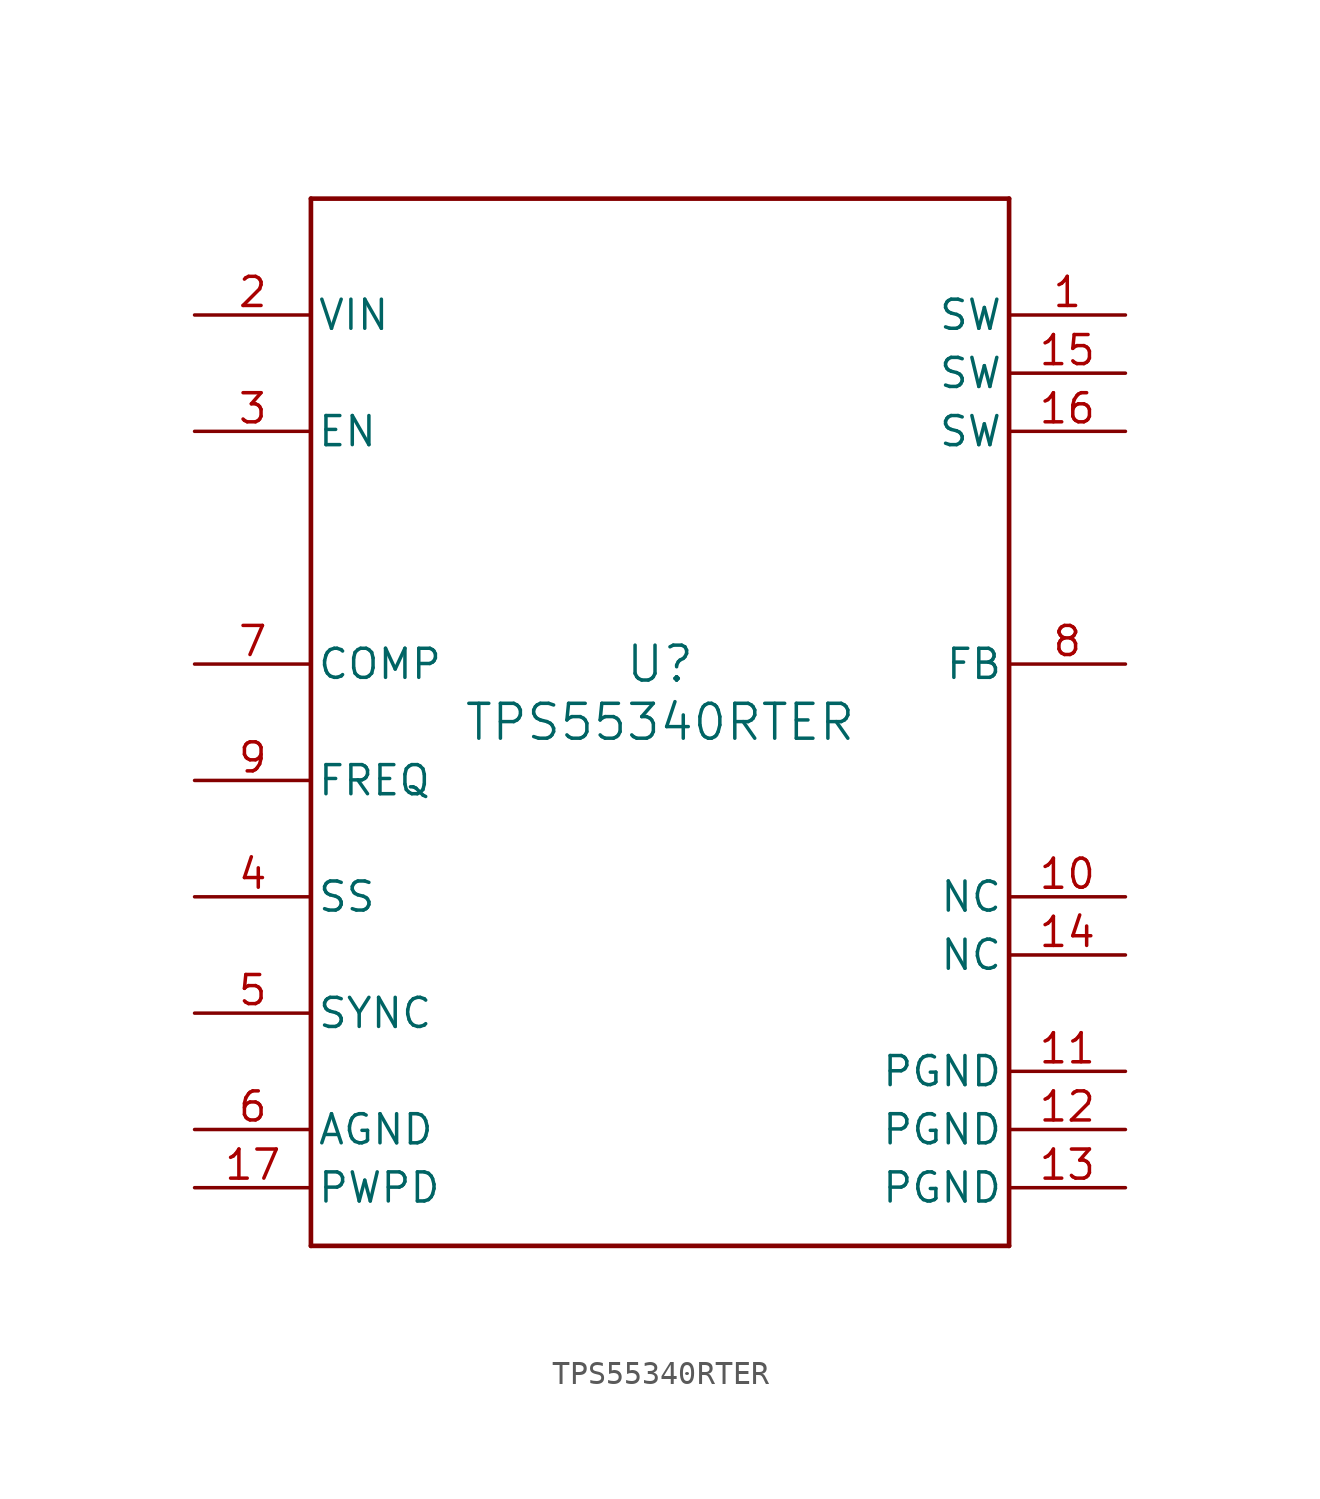
<source format=kicad_sym>
(kicad_symbol_lib
  (version 20211014)
  (generator kicad_symbol_editor)
  (symbol "TPS55340RTER"
    (pin_names
      (offset 0.254))
    (property "Reference" "U"
      (at 0 2.54 0)
      (effects (font (size 1.524 1.524))))
    (property "Value" "TPS55340RTER"
      (at 0 0 0)
      (effects (font (size 1.524 1.524))))
    (symbol "TPS55340RTER_0_1"
      (polyline (pts (xy -15.24 -22.86) (xy 15.24 -22.86)) (stroke (width 0.203) (type default) (color 0 0 0 0)) (fill (type none)))
      (polyline (pts (xy 15.24 -22.86) (xy 15.24 22.86)) (stroke (width 0.203) (type default) (color 0 0 0 0)) (fill (type none)))
      (polyline (pts (xy 15.24 22.86) (xy -15.24 22.86)) (stroke (width 0.203) (type default) (color 0 0 0 0)) (fill (type none)))
      (polyline (pts (xy -15.24 22.86) (xy -15.24 -22.86)) (stroke (width 0.203) (type default) (color 0 0 0 0)) (fill (type none)))
      (pin power_in line (at 20.32 17.78 180) (length 5.08) (name "SW" (effects (font (size 1.27 1.27)))) (number "1" (effects (font (size 1.27 1.27)))))
      (pin power_in line (at -20.32 17.78 0) (length 5.08) (name "VIN" (effects (font (size 1.27 1.27)))) (number "2" (effects (font (size 1.27 1.27)))))
      (pin input line (at -20.32 12.7 0) (length 5.08) (name "EN" (effects (font (size 1.27 1.27)))) (number "3" (effects (font (size 1.27 1.27)))))
      (pin input line (at -20.32 -7.62 0) (length 5.08) (name "SS" (effects (font (size 1.27 1.27)))) (number "4" (effects (font (size 1.27 1.27)))))
      (pin input line (at -20.32 -12.7 0) (length 5.08) (name "SYNC" (effects (font (size 1.27 1.27)))) (number "5" (effects (font (size 1.27 1.27)))))
      (pin power_in line (at -20.32 -17.78 0) (length 5.08) (name "AGND" (effects (font (size 1.27 1.27)))) (number "6" (effects (font (size 1.27 1.27)))))
      (pin output line (at -20.32 2.54 0) (length 5.08) (name "COMP" (effects (font (size 1.27 1.27)))) (number "7" (effects (font (size 1.27 1.27)))))
      (pin input line (at 20.32 2.54 180) (length 5.08) (name "FB" (effects (font (size 1.27 1.27)))) (number "8" (effects (font (size 1.27 1.27)))))
      (pin input line (at -20.32 -2.54 0) (length 5.08) (name "FREQ" (effects (font (size 1.27 1.27)))) (number "9" (effects (font (size 1.27 1.27)))))
      (pin unspecified line (at 20.32 -7.62 180) (length 5.08) (name "NC" (effects (font (size 1.27 1.27)))) (number "10" (effects (font (size 1.27 1.27)))))
      (pin power_in line (at 20.32 -15.24 180) (length 5.08) (name "PGND" (effects (font (size 1.27 1.27)))) (number "11" (effects (font (size 1.27 1.27)))))
      (pin power_in line (at 20.32 -17.78 180) (length 5.08) (name "PGND" (effects (font (size 1.27 1.27)))) (number "12" (effects (font (size 1.27 1.27)))))
      (pin power_in line (at 20.32 -20.32 180) (length 5.08) (name "PGND" (effects (font (size 1.27 1.27)))) (number "13" (effects (font (size 1.27 1.27)))))
      (pin unspecified line (at 20.32 -10.16 180) (length 5.08) (name "NC" (effects (font (size 1.27 1.27)))) (number "14" (effects (font (size 1.27 1.27)))))
      (pin power_in line (at 20.32 15.24 180) (length 5.08) (name "SW" (effects (font (size 1.27 1.27)))) (number "15" (effects (font (size 1.27 1.27)))))
      (pin power_in line (at 20.32 12.7 180) (length 5.08) (name "SW" (effects (font (size 1.27 1.27)))) (number "16" (effects (font (size 1.27 1.27)))))
      (pin power_in line (at -20.32 -20.32 0) (length 5.08) (name "PWPD" (effects (font (size 1.27 1.27)))) (number "17" (effects (font (size 1.27 1.27))))))))
</source>
